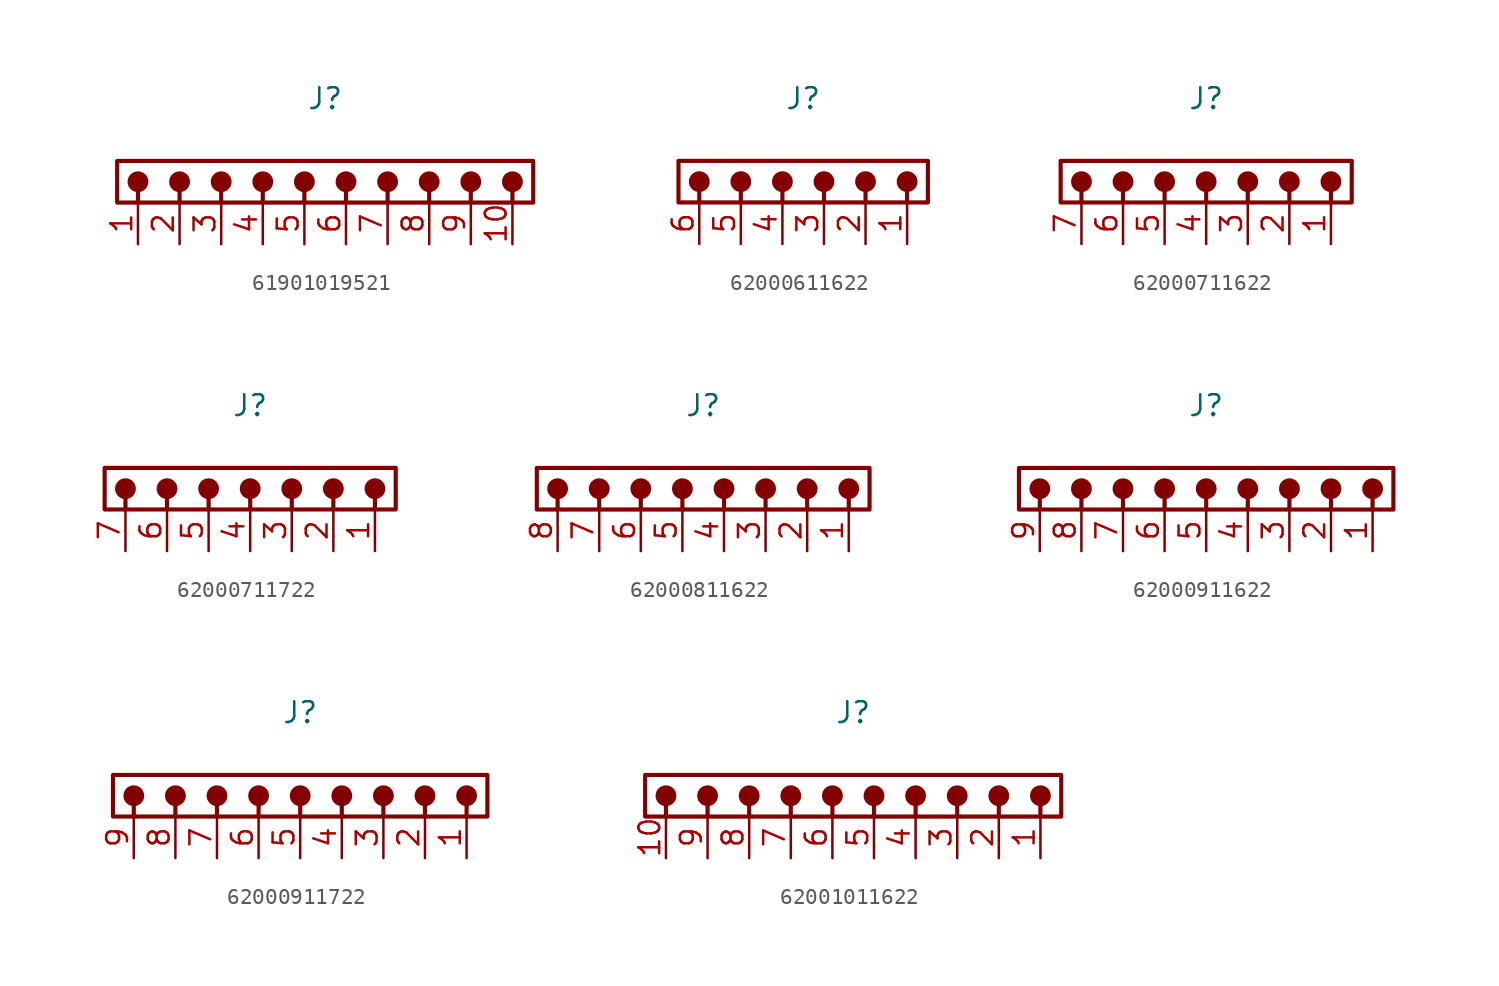
<source format=kicad_sym>
(kicad_symbol_lib
  (version 20241209)
  (generator "kicad_symbol_editor")
  (generator_version "9.0")
  (symbol "61901019521"
    (pin_names
      (hide yes))
    (property "Reference" "J"
      (at 0 5.08 0)
      (effects (font (size 1.27 1.27))))
    (symbol "61901019521_1_1"
      (circle (center -11.43 0) (radius 0.508) (stroke (width 0.254) (type solid)) (fill (type outline)))
      (polyline (pts (xy -11.43 -0.508) (xy -11.43 -1.27)) (stroke (width 0.254) (type solid)) (fill (type none)))
      (circle (center -8.89 0) (radius 0.508) (stroke (width 0.254) (type solid)) (fill (type outline)))
      (polyline (pts (xy -8.89 -0.508) (xy -8.89 -1.27)) (stroke (width 0.254) (type solid)) (fill (type none)))
      (circle (center -6.35 0) (radius 0.508) (stroke (width 0.254) (type solid)) (fill (type outline)))
      (polyline (pts (xy -6.35 -0.508) (xy -6.35 -1.27)) (stroke (width 0.254) (type solid)) (fill (type none)))
      (circle (center -3.81 0) (radius 0.508) (stroke (width 0.254) (type solid)) (fill (type outline)))
      (polyline (pts (xy -3.81 -0.508) (xy -3.81 -1.27)) (stroke (width 0.254) (type solid)) (fill (type none)))
      (circle (center -1.27 0) (radius 0.508) (stroke (width 0.254) (type solid)) (fill (type outline)))
      (polyline (pts (xy -1.27 -0.508) (xy -1.27 -1.27)) (stroke (width 0.254) (type solid)) (fill (type none)))
      (circle (center 1.27 0) (radius 0.508) (stroke (width 0.254) (type solid)) (fill (type outline)))
      (polyline (pts (xy 1.27 -0.508) (xy 1.27 -1.27)) (stroke (width 0.254) (type solid)) (fill (type none)))
      (circle (center 3.81 0) (radius 0.508) (stroke (width 0.254) (type solid)) (fill (type outline)))
      (polyline (pts (xy 3.81 -0.508) (xy 3.81 -1.27)) (stroke (width 0.254) (type solid)) (fill (type none)))
      (circle (center 6.35 0) (radius 0.508) (stroke (width 0.254) (type solid)) (fill (type outline)))
      (polyline (pts (xy 6.35 -0.508) (xy 6.35 -1.27)) (stroke (width 0.254) (type solid)) (fill (type none)))
      (circle (center 8.89 0) (radius 0.508) (stroke (width 0.254) (type solid)) (fill (type outline)))
      (polyline (pts (xy 8.89 -0.508) (xy 8.89 -1.27)) (stroke (width 0.254) (type solid)) (fill (type none)))
      (circle (center 11.43 0) (radius 0.508) (stroke (width 0.254) (type solid)) (fill (type outline)))
      (polyline (pts (xy 11.43 -0.508) (xy 11.43 -1.27)) (stroke (width 0.254) (type solid)) (fill (type none)))
      (rectangle (start 12.7 1.27) (end -12.7 -1.27) (stroke (width 0.254) (type solid)) (fill (type none)))
      (pin passive line (at -11.43 -3.81 90) (length 2.54) (name "1" (effects (font (size 1.27 1.27)))) (number "1" (effects (font (size 1.27 1.27)))))
      (pin passive line (at -8.89 -3.81 90) (length 2.54) (name "2" (effects (font (size 1.27 1.27)))) (number "2" (effects (font (size 1.27 1.27)))))
      (pin passive line (at -6.35 -3.81 90) (length 2.54) (name "3" (effects (font (size 1.27 1.27)))) (number "3" (effects (font (size 1.27 1.27)))))
      (pin passive line (at -3.81 -3.81 90) (length 2.54) (name "4" (effects (font (size 1.27 1.27)))) (number "4" (effects (font (size 1.27 1.27)))))
      (pin passive line (at -1.27 -3.81 90) (length 2.54) (name "5" (effects (font (size 1.27 1.27)))) (number "5" (effects (font (size 1.27 1.27)))))
      (pin passive line (at 1.27 -3.81 90) (length 2.54) (name "6" (effects (font (size 1.27 1.27)))) (number "6" (effects (font (size 1.27 1.27)))))
      (pin passive line (at 3.81 -3.81 90) (length 2.54) (name "7" (effects (font (size 1.27 1.27)))) (number "7" (effects (font (size 1.27 1.27)))))
      (pin passive line (at 6.35 -3.81 90) (length 2.54) (name "8" (effects (font (size 1.27 1.27)))) (number "8" (effects (font (size 1.27 1.27)))))
      (pin passive line (at 8.89 -3.81 90) (length 2.54) (name "9" (effects (font (size 1.27 1.27)))) (number "9" (effects (font (size 1.27 1.27)))))
      (pin passive line (at 11.43 -3.81 90) (length 2.54) (name "10" (effects (font (size 1.27 1.27)))) (number "10" (effects (font (size 1.27 1.27)))))))
  (symbol "62000611622"
    (pin_names
      (hide yes))
    (property "Reference" "J"
      (at 0 5.08 0)
      (effects (font (size 1.27 1.27))))
    (symbol "62000611622_1_1"
      (rectangle (start -7.62 1.27) (end 7.62 -1.27) (stroke (width 0.254) (type solid)) (fill (type none)))
      (circle (center -6.35 0) (radius 0.508) (stroke (width 0.254) (type solid)) (fill (type outline)))
      (polyline (pts (xy -6.35 -0.508) (xy -6.35 -1.27)) (stroke (width 0.254) (type solid)) (fill (type none)))
      (circle (center -3.81 0) (radius 0.508) (stroke (width 0.254) (type solid)) (fill (type outline)))
      (polyline (pts (xy -3.81 -0.508) (xy -3.81 -1.27)) (stroke (width 0.254) (type solid)) (fill (type none)))
      (circle (center -1.27 0) (radius 0.508) (stroke (width 0.254) (type solid)) (fill (type outline)))
      (polyline (pts (xy -1.27 -0.508) (xy -1.27 -1.27)) (stroke (width 0.254) (type solid)) (fill (type none)))
      (circle (center 1.27 0) (radius 0.508) (stroke (width 0.254) (type solid)) (fill (type outline)))
      (polyline (pts (xy 1.27 -0.508) (xy 1.27 -1.27)) (stroke (width 0.254) (type solid)) (fill (type none)))
      (circle (center 3.81 0) (radius 0.508) (stroke (width 0.254) (type solid)) (fill (type outline)))
      (polyline (pts (xy 3.81 -0.508) (xy 3.81 -1.27)) (stroke (width 0.254) (type solid)) (fill (type none)))
      (circle (center 6.35 0) (radius 0.508) (stroke (width 0.254) (type solid)) (fill (type outline)))
      (polyline (pts (xy 6.35 -0.508) (xy 6.35 -1.27)) (stroke (width 0.254) (type solid)) (fill (type none)))
      (pin passive line (at -6.35 -3.81 90) (length 2.54) (name "6" (effects (font (size 1.27 1.27)))) (number "6" (effects (font (size 1.27 1.27)))))
      (pin passive line (at -3.81 -3.81 90) (length 2.54) (name "5" (effects (font (size 1.27 1.27)))) (number "5" (effects (font (size 1.27 1.27)))))
      (pin passive line (at -1.27 -3.81 90) (length 2.54) (name "4" (effects (font (size 1.27 1.27)))) (number "4" (effects (font (size 1.27 1.27)))))
      (pin passive line (at 1.27 -3.81 90) (length 2.54) (name "3" (effects (font (size 1.27 1.27)))) (number "3" (effects (font (size 1.27 1.27)))))
      (pin passive line (at 3.81 -3.81 90) (length 2.54) (name "2" (effects (font (size 1.27 1.27)))) (number "2" (effects (font (size 1.27 1.27)))))
      (pin passive line (at 6.35 -3.81 90) (length 2.54) (name "1" (effects (font (size 1.27 1.27)))) (number "1" (effects (font (size 1.27 1.27)))))))
  (symbol "62000711622"
    (pin_names
      (hide yes))
    (property "Reference" "J"
      (at 0 5.08 0)
      (effects (font (size 1.27 1.27))))
    (symbol "62000711622_1_1"
      (rectangle (start -8.89 1.27) (end 8.89 -1.27) (stroke (width 0.254) (type solid)) (fill (type none)))
      (circle (center -7.62 0) (radius 0.508) (stroke (width 0.254) (type solid)) (fill (type outline)))
      (polyline (pts (xy -7.62 -0.508) (xy -7.62 -1.27)) (stroke (width 0.254) (type solid)) (fill (type none)))
      (circle (center -5.08 0) (radius 0.508) (stroke (width 0.254) (type solid)) (fill (type outline)))
      (polyline (pts (xy -5.08 -0.508) (xy -5.08 -1.27)) (stroke (width 0.254) (type solid)) (fill (type none)))
      (circle (center -2.54 0) (radius 0.508) (stroke (width 0.254) (type solid)) (fill (type outline)))
      (polyline (pts (xy -2.54 -0.508) (xy -2.54 -1.27)) (stroke (width 0.254) (type solid)) (fill (type none)))
      (circle (center 0 0) (radius 0.508) (stroke (width 0.254) (type solid)) (fill (type outline)))
      (polyline (pts (xy 0 -0.508) (xy 0 -1.27)) (stroke (width 0.254) (type solid)) (fill (type none)))
      (circle (center 2.54 0) (radius 0.508) (stroke (width 0.254) (type solid)) (fill (type outline)))
      (polyline (pts (xy 2.54 -0.508) (xy 2.54 -1.27)) (stroke (width 0.254) (type solid)) (fill (type none)))
      (circle (center 5.08 0) (radius 0.508) (stroke (width 0.254) (type solid)) (fill (type outline)))
      (polyline (pts (xy 5.08 -0.508) (xy 5.08 -1.27)) (stroke (width 0.254) (type solid)) (fill (type none)))
      (circle (center 7.62 0) (radius 0.508) (stroke (width 0.254) (type solid)) (fill (type outline)))
      (polyline (pts (xy 7.62 -0.508) (xy 7.62 -1.27)) (stroke (width 0.254) (type solid)) (fill (type none)))
      (pin passive line (at -7.62 -3.81 90) (length 2.54) (name "7" (effects (font (size 1.27 1.27)))) (number "7" (effects (font (size 1.27 1.27)))))
      (pin passive line (at -5.08 -3.81 90) (length 2.54) (name "6" (effects (font (size 1.27 1.27)))) (number "6" (effects (font (size 1.27 1.27)))))
      (pin passive line (at -2.54 -3.81 90) (length 2.54) (name "5" (effects (font (size 1.27 1.27)))) (number "5" (effects (font (size 1.27 1.27)))))
      (pin passive line (at 0 -3.81 90) (length 2.54) (name "4" (effects (font (size 1.27 1.27)))) (number "4" (effects (font (size 1.27 1.27)))))
      (pin passive line (at 2.54 -3.81 90) (length 2.54) (name "3" (effects (font (size 1.27 1.27)))) (number "3" (effects (font (size 1.27 1.27)))))
      (pin passive line (at 5.08 -3.81 90) (length 2.54) (name "2" (effects (font (size 1.27 1.27)))) (number "2" (effects (font (size 1.27 1.27)))))
      (pin passive line (at 7.62 -3.81 90) (length 2.54) (name "1" (effects (font (size 1.27 1.27)))) (number "1" (effects (font (size 1.27 1.27)))))))
  (symbol "62000711722"
    (pin_names
      (hide yes))
    (property "Reference" "J"
      (at 0 5.08 0)
      (effects (font (size 1.27 1.27))))
    (symbol "62000711722_1_1"
      (rectangle (start -8.89 1.27) (end 8.89 -1.27) (stroke (width 0.254) (type solid)) (fill (type none)))
      (circle (center -7.62 0) (radius 0.508) (stroke (width 0.254) (type solid)) (fill (type outline)))
      (polyline (pts (xy -7.62 -0.508) (xy -7.62 -1.27)) (stroke (width 0.254) (type solid)) (fill (type none)))
      (circle (center -5.08 0) (radius 0.508) (stroke (width 0.254) (type solid)) (fill (type outline)))
      (polyline (pts (xy -5.08 -0.508) (xy -5.08 -1.27)) (stroke (width 0.254) (type solid)) (fill (type none)))
      (circle (center -2.54 0) (radius 0.508) (stroke (width 0.254) (type solid)) (fill (type outline)))
      (polyline (pts (xy -2.54 -0.508) (xy -2.54 -1.27)) (stroke (width 0.254) (type solid)) (fill (type none)))
      (circle (center 0 0) (radius 0.508) (stroke (width 0.254) (type solid)) (fill (type outline)))
      (polyline (pts (xy 0 -0.508) (xy 0 -1.27)) (stroke (width 0.254) (type solid)) (fill (type none)))
      (circle (center 2.54 0) (radius 0.508) (stroke (width 0.254) (type solid)) (fill (type outline)))
      (polyline (pts (xy 2.54 -0.508) (xy 2.54 -1.27)) (stroke (width 0.254) (type solid)) (fill (type none)))
      (circle (center 5.08 0) (radius 0.508) (stroke (width 0.254) (type solid)) (fill (type outline)))
      (polyline (pts (xy 5.08 -0.508) (xy 5.08 -1.27)) (stroke (width 0.254) (type solid)) (fill (type none)))
      (circle (center 7.62 0) (radius 0.508) (stroke (width 0.254) (type solid)) (fill (type outline)))
      (polyline (pts (xy 7.62 -0.508) (xy 7.62 -1.27)) (stroke (width 0.254) (type solid)) (fill (type none)))
      (pin passive line (at -7.62 -3.81 90) (length 2.54) (name "7" (effects (font (size 1.27 1.27)))) (number "7" (effects (font (size 1.27 1.27)))))
      (pin passive line (at -5.08 -3.81 90) (length 2.54) (name "6" (effects (font (size 1.27 1.27)))) (number "6" (effects (font (size 1.27 1.27)))))
      (pin passive line (at -2.54 -3.81 90) (length 2.54) (name "5" (effects (font (size 1.27 1.27)))) (number "5" (effects (font (size 1.27 1.27)))))
      (pin passive line (at 0 -3.81 90) (length 2.54) (name "4" (effects (font (size 1.27 1.27)))) (number "4" (effects (font (size 1.27 1.27)))))
      (pin passive line (at 2.54 -3.81 90) (length 2.54) (name "3" (effects (font (size 1.27 1.27)))) (number "3" (effects (font (size 1.27 1.27)))))
      (pin passive line (at 5.08 -3.81 90) (length 2.54) (name "2" (effects (font (size 1.27 1.27)))) (number "2" (effects (font (size 1.27 1.27)))))
      (pin passive line (at 7.62 -3.81 90) (length 2.54) (name "1" (effects (font (size 1.27 1.27)))) (number "1" (effects (font (size 1.27 1.27)))))))
  (symbol "62000811622"
    (pin_names
      (hide yes))
    (property "Reference" "J"
      (at 0 5.08 0)
      (effects (font (size 1.27 1.27))))
    (symbol "62000811622_1_1"
      (rectangle (start -10.16 1.27) (end 10.16 -1.27) (stroke (width 0.254) (type solid)) (fill (type none)))
      (circle (center -8.89 0) (radius 0.508) (stroke (width 0.254) (type solid)) (fill (type outline)))
      (polyline (pts (xy -8.89 -0.508) (xy -8.89 -1.27)) (stroke (width 0.254) (type solid)) (fill (type none)))
      (circle (center -6.35 0) (radius 0.508) (stroke (width 0.254) (type solid)) (fill (type outline)))
      (polyline (pts (xy -6.35 -0.508) (xy -6.35 -1.27)) (stroke (width 0.254) (type solid)) (fill (type none)))
      (circle (center -3.81 0) (radius 0.508) (stroke (width 0.254) (type solid)) (fill (type outline)))
      (polyline (pts (xy -3.81 -0.508) (xy -3.81 -1.27)) (stroke (width 0.254) (type solid)) (fill (type none)))
      (circle (center -1.27 0) (radius 0.508) (stroke (width 0.254) (type solid)) (fill (type outline)))
      (polyline (pts (xy -1.27 -0.508) (xy -1.27 -1.27)) (stroke (width 0.254) (type solid)) (fill (type none)))
      (circle (center 1.27 0) (radius 0.508) (stroke (width 0.254) (type solid)) (fill (type outline)))
      (polyline (pts (xy 1.27 -0.508) (xy 1.27 -1.27)) (stroke (width 0.254) (type solid)) (fill (type none)))
      (circle (center 3.81 0) (radius 0.508) (stroke (width 0.254) (type solid)) (fill (type outline)))
      (polyline (pts (xy 3.81 -0.508) (xy 3.81 -1.27)) (stroke (width 0.254) (type solid)) (fill (type none)))
      (circle (center 6.35 0) (radius 0.508) (stroke (width 0.254) (type solid)) (fill (type outline)))
      (polyline (pts (xy 6.35 -0.508) (xy 6.35 -1.27)) (stroke (width 0.254) (type solid)) (fill (type none)))
      (circle (center 8.89 0) (radius 0.508) (stroke (width 0.254) (type solid)) (fill (type outline)))
      (polyline (pts (xy 8.89 -0.508) (xy 8.89 -1.27)) (stroke (width 0.254) (type solid)) (fill (type none)))
      (pin passive line (at -8.89 -3.81 90) (length 2.54) (name "8" (effects (font (size 1.27 1.27)))) (number "8" (effects (font (size 1.27 1.27)))))
      (pin passive line (at -6.35 -3.81 90) (length 2.54) (name "7" (effects (font (size 1.27 1.27)))) (number "7" (effects (font (size 1.27 1.27)))))
      (pin passive line (at -3.81 -3.81 90) (length 2.54) (name "6" (effects (font (size 1.27 1.27)))) (number "6" (effects (font (size 1.27 1.27)))))
      (pin passive line (at -1.27 -3.81 90) (length 2.54) (name "5" (effects (font (size 1.27 1.27)))) (number "5" (effects (font (size 1.27 1.27)))))
      (pin passive line (at 1.27 -3.81 90) (length 2.54) (name "4" (effects (font (size 1.27 1.27)))) (number "4" (effects (font (size 1.27 1.27)))))
      (pin passive line (at 3.81 -3.81 90) (length 2.54) (name "3" (effects (font (size 1.27 1.27)))) (number "3" (effects (font (size 1.27 1.27)))))
      (pin passive line (at 6.35 -3.81 90) (length 2.54) (name "2" (effects (font (size 1.27 1.27)))) (number "2" (effects (font (size 1.27 1.27)))))
      (pin passive line (at 8.89 -3.81 90) (length 2.54) (name "1" (effects (font (size 1.27 1.27)))) (number "1" (effects (font (size 1.27 1.27)))))))
  (symbol "62000911622"
    (pin_names
      (hide yes))
    (property "Reference" "J"
      (at 0 5.08 0)
      (effects (font (size 1.27 1.27))))
    (symbol "62000911622_1_1"
      (rectangle (start -11.43 1.27) (end 11.43 -1.27) (stroke (width 0.254) (type solid)) (fill (type none)))
      (circle (center -10.16 0) (radius 0.508) (stroke (width 0.254) (type solid)) (fill (type outline)))
      (polyline (pts (xy -10.16 -0.508) (xy -10.16 -1.27)) (stroke (width 0.254) (type solid)) (fill (type none)))
      (circle (center -7.62 0) (radius 0.508) (stroke (width 0.254) (type solid)) (fill (type outline)))
      (polyline (pts (xy -7.62 -0.508) (xy -7.62 -1.27)) (stroke (width 0.254) (type solid)) (fill (type none)))
      (circle (center -5.08 0) (radius 0.508) (stroke (width 0.254) (type solid)) (fill (type outline)))
      (polyline (pts (xy -5.08 -0.508) (xy -5.08 -1.27)) (stroke (width 0.254) (type solid)) (fill (type none)))
      (circle (center -2.54 0) (radius 0.508) (stroke (width 0.254) (type solid)) (fill (type outline)))
      (polyline (pts (xy -2.54 -0.508) (xy -2.54 -1.27)) (stroke (width 0.254) (type solid)) (fill (type none)))
      (circle (center 0 0) (radius 0.508) (stroke (width 0.254) (type solid)) (fill (type outline)))
      (polyline (pts (xy 0 -0.508) (xy 0 -1.27)) (stroke (width 0.254) (type solid)) (fill (type none)))
      (circle (center 2.54 0) (radius 0.508) (stroke (width 0.254) (type solid)) (fill (type outline)))
      (polyline (pts (xy 2.54 -0.508) (xy 2.54 -1.27)) (stroke (width 0.254) (type solid)) (fill (type none)))
      (circle (center 5.08 0) (radius 0.508) (stroke (width 0.254) (type solid)) (fill (type outline)))
      (polyline (pts (xy 5.08 -0.508) (xy 5.08 -1.27)) (stroke (width 0.254) (type solid)) (fill (type none)))
      (circle (center 7.62 0) (radius 0.508) (stroke (width 0.254) (type solid)) (fill (type outline)))
      (polyline (pts (xy 7.62 -0.508) (xy 7.62 -1.27)) (stroke (width 0.254) (type solid)) (fill (type none)))
      (circle (center 10.16 0) (radius 0.508) (stroke (width 0.254) (type solid)) (fill (type outline)))
      (polyline (pts (xy 10.16 -0.508) (xy 10.16 -1.27)) (stroke (width 0.254) (type solid)) (fill (type none)))
      (pin passive line (at -10.16 -3.81 90) (length 2.54) (name "9" (effects (font (size 1.27 1.27)))) (number "9" (effects (font (size 1.27 1.27)))))
      (pin passive line (at -7.62 -3.81 90) (length 2.54) (name "8" (effects (font (size 1.27 1.27)))) (number "8" (effects (font (size 1.27 1.27)))))
      (pin passive line (at -5.08 -3.81 90) (length 2.54) (name "7" (effects (font (size 1.27 1.27)))) (number "7" (effects (font (size 1.27 1.27)))))
      (pin passive line (at -2.54 -3.81 90) (length 2.54) (name "6" (effects (font (size 1.27 1.27)))) (number "6" (effects (font (size 1.27 1.27)))))
      (pin passive line (at 0 -3.81 90) (length 2.54) (name "5" (effects (font (size 1.27 1.27)))) (number "5" (effects (font (size 1.27 1.27)))))
      (pin passive line (at 2.54 -3.81 90) (length 2.54) (name "4" (effects (font (size 1.27 1.27)))) (number "4" (effects (font (size 1.27 1.27)))))
      (pin passive line (at 5.08 -3.81 90) (length 2.54) (name "3" (effects (font (size 1.27 1.27)))) (number "3" (effects (font (size 1.27 1.27)))))
      (pin passive line (at 7.62 -3.81 90) (length 2.54) (name "2" (effects (font (size 1.27 1.27)))) (number "2" (effects (font (size 1.27 1.27)))))
      (pin passive line (at 10.16 -3.81 90) (length 2.54) (name "1" (effects (font (size 1.27 1.27)))) (number "1" (effects (font (size 1.27 1.27)))))))
  (symbol "62000911722"
    (pin_names
      (hide yes))
    (property "Reference" "J"
      (at 0 5.08 0)
      (effects (font (size 1.27 1.27))))
    (symbol "62000911722_1_1"
      (rectangle (start -11.43 1.27) (end 11.43 -1.27) (stroke (width 0.254) (type solid)) (fill (type none)))
      (circle (center -10.16 0) (radius 0.508) (stroke (width 0.254) (type solid)) (fill (type outline)))
      (polyline (pts (xy -10.16 -0.508) (xy -10.16 -1.27)) (stroke (width 0.254) (type solid)) (fill (type none)))
      (circle (center -7.62 0) (radius 0.508) (stroke (width 0.254) (type solid)) (fill (type outline)))
      (polyline (pts (xy -7.62 -0.508) (xy -7.62 -1.27)) (stroke (width 0.254) (type solid)) (fill (type none)))
      (circle (center -5.08 0) (radius 0.508) (stroke (width 0.254) (type solid)) (fill (type outline)))
      (polyline (pts (xy -5.08 -0.508) (xy -5.08 -1.27)) (stroke (width 0.254) (type solid)) (fill (type none)))
      (circle (center -2.54 0) (radius 0.508) (stroke (width 0.254) (type solid)) (fill (type outline)))
      (polyline (pts (xy -2.54 -0.508) (xy -2.54 -1.27)) (stroke (width 0.254) (type solid)) (fill (type none)))
      (circle (center 0 0) (radius 0.508) (stroke (width 0.254) (type solid)) (fill (type outline)))
      (polyline (pts (xy 0 -0.508) (xy 0 -1.27)) (stroke (width 0.254) (type solid)) (fill (type none)))
      (circle (center 2.54 0) (radius 0.508) (stroke (width 0.254) (type solid)) (fill (type outline)))
      (polyline (pts (xy 2.54 -0.508) (xy 2.54 -1.27)) (stroke (width 0.254) (type solid)) (fill (type none)))
      (circle (center 5.08 0) (radius 0.508) (stroke (width 0.254) (type solid)) (fill (type outline)))
      (polyline (pts (xy 5.08 -0.508) (xy 5.08 -1.27)) (stroke (width 0.254) (type solid)) (fill (type none)))
      (circle (center 7.62 0) (radius 0.508) (stroke (width 0.254) (type solid)) (fill (type outline)))
      (polyline (pts (xy 7.62 -0.508) (xy 7.62 -1.27)) (stroke (width 0.254) (type solid)) (fill (type none)))
      (circle (center 10.16 0) (radius 0.508) (stroke (width 0.254) (type solid)) (fill (type outline)))
      (polyline (pts (xy 10.16 -0.508) (xy 10.16 -1.27)) (stroke (width 0.254) (type solid)) (fill (type none)))
      (pin passive line (at -10.16 -3.81 90) (length 2.54) (name "9" (effects (font (size 1.27 1.27)))) (number "9" (effects (font (size 1.27 1.27)))))
      (pin passive line (at -7.62 -3.81 90) (length 2.54) (name "8" (effects (font (size 1.27 1.27)))) (number "8" (effects (font (size 1.27 1.27)))))
      (pin passive line (at -5.08 -3.81 90) (length 2.54) (name "7" (effects (font (size 1.27 1.27)))) (number "7" (effects (font (size 1.27 1.27)))))
      (pin passive line (at -2.54 -3.81 90) (length 2.54) (name "6" (effects (font (size 1.27 1.27)))) (number "6" (effects (font (size 1.27 1.27)))))
      (pin passive line (at 0 -3.81 90) (length 2.54) (name "5" (effects (font (size 1.27 1.27)))) (number "5" (effects (font (size 1.27 1.27)))))
      (pin passive line (at 2.54 -3.81 90) (length 2.54) (name "4" (effects (font (size 1.27 1.27)))) (number "4" (effects (font (size 1.27 1.27)))))
      (pin passive line (at 5.08 -3.81 90) (length 2.54) (name "3" (effects (font (size 1.27 1.27)))) (number "3" (effects (font (size 1.27 1.27)))))
      (pin passive line (at 7.62 -3.81 90) (length 2.54) (name "2" (effects (font (size 1.27 1.27)))) (number "2" (effects (font (size 1.27 1.27)))))
      (pin passive line (at 10.16 -3.81 90) (length 2.54) (name "1" (effects (font (size 1.27 1.27)))) (number "1" (effects (font (size 1.27 1.27)))))))
  (symbol "62001011622"
    (pin_names
      (hide yes))
    (property "Reference" "J"
      (at 0 5.08 0)
      (effects (font (size 1.27 1.27))))
    (symbol "62001011622_1_1"
      (rectangle (start -12.7 1.27) (end 12.7 -1.27) (stroke (width 0.254) (type solid)) (fill (type none)))
      (circle (center -11.43 0) (radius 0.508) (stroke (width 0.254) (type solid)) (fill (type outline)))
      (polyline (pts (xy -11.43 -0.508) (xy -11.43 -1.27)) (stroke (width 0.254) (type solid)) (fill (type none)))
      (circle (center -8.89 0) (radius 0.508) (stroke (width 0.254) (type solid)) (fill (type outline)))
      (polyline (pts (xy -8.89 -0.508) (xy -8.89 -1.27)) (stroke (width 0.254) (type solid)) (fill (type none)))
      (circle (center -6.35 0) (radius 0.508) (stroke (width 0.254) (type solid)) (fill (type outline)))
      (polyline (pts (xy -6.35 -0.508) (xy -6.35 -1.27)) (stroke (width 0.254) (type solid)) (fill (type none)))
      (circle (center -3.81 0) (radius 0.508) (stroke (width 0.254) (type solid)) (fill (type outline)))
      (polyline (pts (xy -3.81 -0.508) (xy -3.81 -1.27)) (stroke (width 0.254) (type solid)) (fill (type none)))
      (circle (center -1.27 0) (radius 0.508) (stroke (width 0.254) (type solid)) (fill (type outline)))
      (polyline (pts (xy -1.27 -0.508) (xy -1.27 -1.27)) (stroke (width 0.254) (type solid)) (fill (type none)))
      (circle (center 1.27 0) (radius 0.508) (stroke (width 0.254) (type solid)) (fill (type outline)))
      (polyline (pts (xy 1.27 -0.508) (xy 1.27 -1.27)) (stroke (width 0.254) (type solid)) (fill (type none)))
      (circle (center 3.81 0) (radius 0.508) (stroke (width 0.254) (type solid)) (fill (type outline)))
      (polyline (pts (xy 3.81 -0.508) (xy 3.81 -1.27)) (stroke (width 0.254) (type solid)) (fill (type none)))
      (circle (center 6.35 0) (radius 0.508) (stroke (width 0.254) (type solid)) (fill (type outline)))
      (polyline (pts (xy 6.35 -0.508) (xy 6.35 -1.27)) (stroke (width 0.254) (type solid)) (fill (type none)))
      (circle (center 8.89 0) (radius 0.508) (stroke (width 0.254) (type solid)) (fill (type outline)))
      (polyline (pts (xy 8.89 -0.508) (xy 8.89 -1.27)) (stroke (width 0.254) (type solid)) (fill (type none)))
      (circle (center 11.43 0) (radius 0.508) (stroke (width 0.254) (type solid)) (fill (type outline)))
      (polyline (pts (xy 11.43 -0.508) (xy 11.43 -1.27)) (stroke (width 0.254) (type solid)) (fill (type none)))
      (pin passive line (at -11.43 -3.81 90) (length 2.54) (name "10" (effects (font (size 1.27 1.27)))) (number "10" (effects (font (size 1.27 1.27)))))
      (pin passive line (at -8.89 -3.81 90) (length 2.54) (name "9" (effects (font (size 1.27 1.27)))) (number "9" (effects (font (size 1.27 1.27)))))
      (pin passive line (at -6.35 -3.81 90) (length 2.54) (name "8" (effects (font (size 1.27 1.27)))) (number "8" (effects (font (size 1.27 1.27)))))
      (pin passive line (at -3.81 -3.81 90) (length 2.54) (name "7" (effects (font (size 1.27 1.27)))) (number "7" (effects (font (size 1.27 1.27)))))
      (pin passive line (at -1.27 -3.81 90) (length 2.54) (name "6" (effects (font (size 1.27 1.27)))) (number "6" (effects (font (size 1.27 1.27)))))
      (pin passive line (at 1.27 -3.81 90) (length 2.54) (name "5" (effects (font (size 1.27 1.27)))) (number "5" (effects (font (size 1.27 1.27)))))
      (pin passive line (at 3.81 -3.81 90) (length 2.54) (name "4" (effects (font (size 1.27 1.27)))) (number "4" (effects (font (size 1.27 1.27)))))
      (pin passive line (at 6.35 -3.81 90) (length 2.54) (name "3" (effects (font (size 1.27 1.27)))) (number "3" (effects (font (size 1.27 1.27)))))
      (pin passive line (at 8.89 -3.81 90) (length 2.54) (name "2" (effects (font (size 1.27 1.27)))) (number "2" (effects (font (size 1.27 1.27)))))
      (pin passive line (at 11.43 -3.81 90) (length 2.54) (name "1" (effects (font (size 1.27 1.27)))) (number "1" (effects (font (size 1.27 1.27))))))))
</source>
